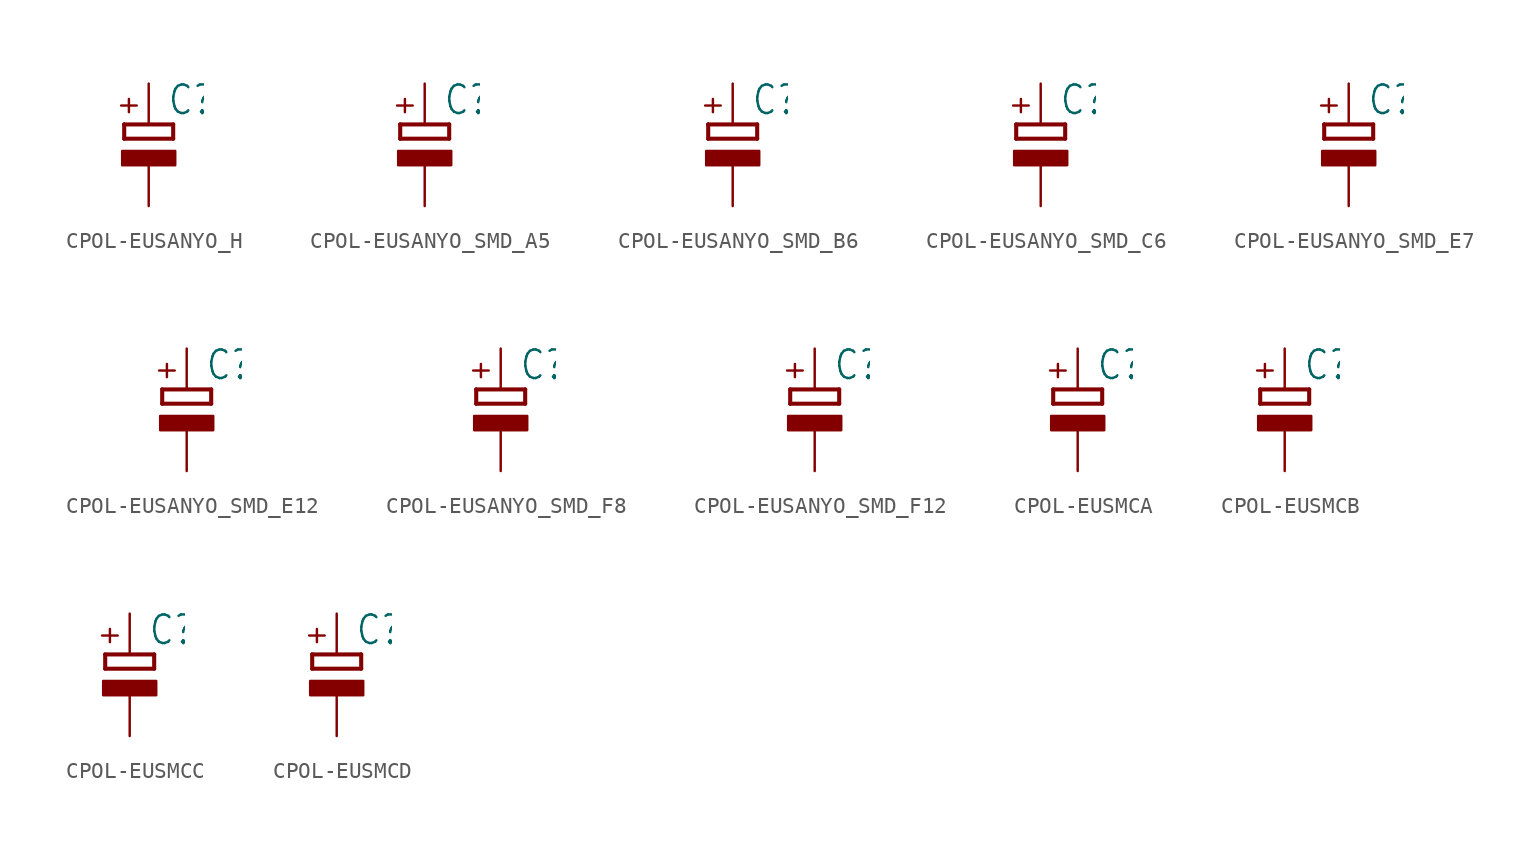
<source format=kicad_sym>
(kicad_symbol_lib
  (version 20241209)
  (generator "kicad_symbol_editor")
  (generator_version "9.0")
  (symbol "CPOL-EUSANYO_H"
    (property "Reference" "C"
      (at 1.143 0.483 0)
      (effects (font (size 1.778 1.511)) (justify left bottom)))
    (property "Value" ""
      (at 1.143 -4.597 0)
      (effects (font (size 1.778 1.511)) (justify left bottom)))
    (property "ki_locked" ""
      (at 0 0 0)
      (effects (font (size 1.27 1.27))))
    (symbol "CPOL-EUSANYO_H_1_0"
      (rectangle (start -1.651 -2.54) (end 1.651 -1.651) (stroke (width 0) (type default)) (fill (type outline)))
      (polyline (pts (xy -1.524 0) (xy -1.524 -0.889)) (stroke (width 0.254) (type solid)) (fill (type none)))
      (polyline (pts (xy -1.524 0) (xy 1.524 0)) (stroke (width 0.254) (type solid)) (fill (type none)))
      (polyline (pts (xy -1.524 -0.889) (xy 1.524 -0.889)) (stroke (width 0.254) (type solid)) (fill (type none)))
      (polyline (pts (xy 1.524 -0.889) (xy 1.524 0)) (stroke (width 0.254) (type solid)) (fill (type none)))
      (text "+" (at -0.584 0.406 900) (effects (font (size 1.27 1.079)) (justify left bottom)))
      (pin passive line (at 0 2.54 270) (length 2.54) (name "+" (effects (font (size 0 0)))) (number "+" (effects (font (size 0 0)))))
      (pin passive line (at 0 -5.08 90) (length 2.54) (name "-" (effects (font (size 0 0)))) (number "-" (effects (font (size 0 0)))))))
  (symbol "CPOL-EUSANYO_SMD_A5"
    (property "Reference" "C"
      (at 1.143 0.483 0)
      (effects (font (size 1.778 1.511)) (justify left bottom)))
    (property "Value" ""
      (at 1.143 -4.597 0)
      (effects (font (size 1.778 1.511)) (justify left bottom)))
    (property "ki_locked" ""
      (at 0 0 0)
      (effects (font (size 1.27 1.27))))
    (symbol "CPOL-EUSANYO_SMD_A5_1_0"
      (rectangle (start -1.651 -2.54) (end 1.651 -1.651) (stroke (width 0) (type default)) (fill (type outline)))
      (polyline (pts (xy -1.524 0) (xy -1.524 -0.889)) (stroke (width 0.254) (type solid)) (fill (type none)))
      (polyline (pts (xy -1.524 0) (xy 1.524 0)) (stroke (width 0.254) (type solid)) (fill (type none)))
      (polyline (pts (xy -1.524 -0.889) (xy 1.524 -0.889)) (stroke (width 0.254) (type solid)) (fill (type none)))
      (polyline (pts (xy 1.524 -0.889) (xy 1.524 0)) (stroke (width 0.254) (type solid)) (fill (type none)))
      (text "+" (at -0.584 0.406 900) (effects (font (size 1.27 1.079)) (justify left bottom)))
      (pin passive line (at 0 2.54 270) (length 2.54) (name "+" (effects (font (size 0 0)))) (number "+" (effects (font (size 0 0)))))
      (pin passive line (at 0 -5.08 90) (length 2.54) (name "-" (effects (font (size 0 0)))) (number "-" (effects (font (size 0 0)))))))
  (symbol "CPOL-EUSANYO_SMD_B6"
    (property "Reference" "C"
      (at 1.143 0.483 0)
      (effects (font (size 1.778 1.511)) (justify left bottom)))
    (property "Value" ""
      (at 1.143 -4.597 0)
      (effects (font (size 1.778 1.511)) (justify left bottom)))
    (property "ki_locked" ""
      (at 0 0 0)
      (effects (font (size 1.27 1.27))))
    (symbol "CPOL-EUSANYO_SMD_B6_1_0"
      (rectangle (start -1.651 -2.54) (end 1.651 -1.651) (stroke (width 0) (type default)) (fill (type outline)))
      (polyline (pts (xy -1.524 0) (xy -1.524 -0.889)) (stroke (width 0.254) (type solid)) (fill (type none)))
      (polyline (pts (xy -1.524 0) (xy 1.524 0)) (stroke (width 0.254) (type solid)) (fill (type none)))
      (polyline (pts (xy -1.524 -0.889) (xy 1.524 -0.889)) (stroke (width 0.254) (type solid)) (fill (type none)))
      (polyline (pts (xy 1.524 -0.889) (xy 1.524 0)) (stroke (width 0.254) (type solid)) (fill (type none)))
      (text "+" (at -0.584 0.406 900) (effects (font (size 1.27 1.079)) (justify left bottom)))
      (pin passive line (at 0 2.54 270) (length 2.54) (name "+" (effects (font (size 0 0)))) (number "+" (effects (font (size 0 0)))))
      (pin passive line (at 0 -5.08 90) (length 2.54) (name "-" (effects (font (size 0 0)))) (number "-" (effects (font (size 0 0)))))))
  (symbol "CPOL-EUSANYO_SMD_C6"
    (property "Reference" "C"
      (at 1.143 0.483 0)
      (effects (font (size 1.778 1.511)) (justify left bottom)))
    (property "Value" ""
      (at 1.143 -4.597 0)
      (effects (font (size 1.778 1.511)) (justify left bottom)))
    (property "ki_locked" ""
      (at 0 0 0)
      (effects (font (size 1.27 1.27))))
    (symbol "CPOL-EUSANYO_SMD_C6_1_0"
      (rectangle (start -1.651 -2.54) (end 1.651 -1.651) (stroke (width 0) (type default)) (fill (type outline)))
      (polyline (pts (xy -1.524 0) (xy -1.524 -0.889)) (stroke (width 0.254) (type solid)) (fill (type none)))
      (polyline (pts (xy -1.524 0) (xy 1.524 0)) (stroke (width 0.254) (type solid)) (fill (type none)))
      (polyline (pts (xy -1.524 -0.889) (xy 1.524 -0.889)) (stroke (width 0.254) (type solid)) (fill (type none)))
      (polyline (pts (xy 1.524 -0.889) (xy 1.524 0)) (stroke (width 0.254) (type solid)) (fill (type none)))
      (text "+" (at -0.584 0.406 900) (effects (font (size 1.27 1.079)) (justify left bottom)))
      (pin passive line (at 0 2.54 270) (length 2.54) (name "+" (effects (font (size 0 0)))) (number "+" (effects (font (size 0 0)))))
      (pin passive line (at 0 -5.08 90) (length 2.54) (name "-" (effects (font (size 0 0)))) (number "-" (effects (font (size 0 0)))))))
  (symbol "CPOL-EUSANYO_SMD_E7"
    (property "Reference" "C"
      (at 1.143 0.483 0)
      (effects (font (size 1.778 1.511)) (justify left bottom)))
    (property "Value" ""
      (at 1.143 -4.597 0)
      (effects (font (size 1.778 1.511)) (justify left bottom)))
    (property "ki_locked" ""
      (at 0 0 0)
      (effects (font (size 1.27 1.27))))
    (symbol "CPOL-EUSANYO_SMD_E7_1_0"
      (rectangle (start -1.651 -2.54) (end 1.651 -1.651) (stroke (width 0) (type default)) (fill (type outline)))
      (polyline (pts (xy -1.524 0) (xy -1.524 -0.889)) (stroke (width 0.254) (type solid)) (fill (type none)))
      (polyline (pts (xy -1.524 0) (xy 1.524 0)) (stroke (width 0.254) (type solid)) (fill (type none)))
      (polyline (pts (xy -1.524 -0.889) (xy 1.524 -0.889)) (stroke (width 0.254) (type solid)) (fill (type none)))
      (polyline (pts (xy 1.524 -0.889) (xy 1.524 0)) (stroke (width 0.254) (type solid)) (fill (type none)))
      (text "+" (at -0.584 0.406 900) (effects (font (size 1.27 1.079)) (justify left bottom)))
      (pin passive line (at 0 2.54 270) (length 2.54) (name "+" (effects (font (size 0 0)))) (number "+" (effects (font (size 0 0)))))
      (pin passive line (at 0 -5.08 90) (length 2.54) (name "-" (effects (font (size 0 0)))) (number "-" (effects (font (size 0 0)))))))
  (symbol "CPOL-EUSANYO_SMD_E12"
    (property "Reference" "C"
      (at 1.143 0.483 0)
      (effects (font (size 1.778 1.511)) (justify left bottom)))
    (property "Value" ""
      (at 1.143 -4.597 0)
      (effects (font (size 1.778 1.511)) (justify left bottom)))
    (property "ki_locked" ""
      (at 0 0 0)
      (effects (font (size 1.27 1.27))))
    (symbol "CPOL-EUSANYO_SMD_E12_1_0"
      (rectangle (start -1.651 -2.54) (end 1.651 -1.651) (stroke (width 0) (type default)) (fill (type outline)))
      (polyline (pts (xy -1.524 0) (xy -1.524 -0.889)) (stroke (width 0.254) (type solid)) (fill (type none)))
      (polyline (pts (xy -1.524 0) (xy 1.524 0)) (stroke (width 0.254) (type solid)) (fill (type none)))
      (polyline (pts (xy -1.524 -0.889) (xy 1.524 -0.889)) (stroke (width 0.254) (type solid)) (fill (type none)))
      (polyline (pts (xy 1.524 -0.889) (xy 1.524 0)) (stroke (width 0.254) (type solid)) (fill (type none)))
      (text "+" (at -0.584 0.406 900) (effects (font (size 1.27 1.079)) (justify left bottom)))
      (pin passive line (at 0 2.54 270) (length 2.54) (name "+" (effects (font (size 0 0)))) (number "+" (effects (font (size 0 0)))))
      (pin passive line (at 0 -5.08 90) (length 2.54) (name "-" (effects (font (size 0 0)))) (number "-" (effects (font (size 0 0)))))))
  (symbol "CPOL-EUSANYO_SMD_F8"
    (property "Reference" "C"
      (at 1.143 0.483 0)
      (effects (font (size 1.778 1.511)) (justify left bottom)))
    (property "Value" ""
      (at 1.143 -4.597 0)
      (effects (font (size 1.778 1.511)) (justify left bottom)))
    (property "ki_locked" ""
      (at 0 0 0)
      (effects (font (size 1.27 1.27))))
    (symbol "CPOL-EUSANYO_SMD_F8_1_0"
      (rectangle (start -1.651 -2.54) (end 1.651 -1.651) (stroke (width 0) (type default)) (fill (type outline)))
      (polyline (pts (xy -1.524 0) (xy -1.524 -0.889)) (stroke (width 0.254) (type solid)) (fill (type none)))
      (polyline (pts (xy -1.524 0) (xy 1.524 0)) (stroke (width 0.254) (type solid)) (fill (type none)))
      (polyline (pts (xy -1.524 -0.889) (xy 1.524 -0.889)) (stroke (width 0.254) (type solid)) (fill (type none)))
      (polyline (pts (xy 1.524 -0.889) (xy 1.524 0)) (stroke (width 0.254) (type solid)) (fill (type none)))
      (text "+" (at -0.584 0.406 900) (effects (font (size 1.27 1.079)) (justify left bottom)))
      (pin passive line (at 0 2.54 270) (length 2.54) (name "+" (effects (font (size 0 0)))) (number "+" (effects (font (size 0 0)))))
      (pin passive line (at 0 -5.08 90) (length 2.54) (name "-" (effects (font (size 0 0)))) (number "-" (effects (font (size 0 0)))))))
  (symbol "CPOL-EUSANYO_SMD_F12"
    (property "Reference" "C"
      (at 1.143 0.483 0)
      (effects (font (size 1.778 1.511)) (justify left bottom)))
    (property "Value" ""
      (at 1.143 -4.597 0)
      (effects (font (size 1.778 1.511)) (justify left bottom)))
    (property "ki_locked" ""
      (at 0 0 0)
      (effects (font (size 1.27 1.27))))
    (symbol "CPOL-EUSANYO_SMD_F12_1_0"
      (rectangle (start -1.651 -2.54) (end 1.651 -1.651) (stroke (width 0) (type default)) (fill (type outline)))
      (polyline (pts (xy -1.524 0) (xy -1.524 -0.889)) (stroke (width 0.254) (type solid)) (fill (type none)))
      (polyline (pts (xy -1.524 0) (xy 1.524 0)) (stroke (width 0.254) (type solid)) (fill (type none)))
      (polyline (pts (xy -1.524 -0.889) (xy 1.524 -0.889)) (stroke (width 0.254) (type solid)) (fill (type none)))
      (polyline (pts (xy 1.524 -0.889) (xy 1.524 0)) (stroke (width 0.254) (type solid)) (fill (type none)))
      (text "+" (at -0.584 0.406 900) (effects (font (size 1.27 1.079)) (justify left bottom)))
      (pin passive line (at 0 2.54 270) (length 2.54) (name "+" (effects (font (size 0 0)))) (number "+" (effects (font (size 0 0)))))
      (pin passive line (at 0 -5.08 90) (length 2.54) (name "-" (effects (font (size 0 0)))) (number "-" (effects (font (size 0 0)))))))
  (symbol "CPOL-EUSMCA"
    (property "Reference" "C"
      (at 1.143 0.483 0)
      (effects (font (size 1.778 1.511)) (justify left bottom)))
    (property "Value" ""
      (at 1.143 -4.597 0)
      (effects (font (size 1.778 1.511)) (justify left bottom)))
    (property "ki_locked" ""
      (at 0 0 0)
      (effects (font (size 1.27 1.27))))
    (symbol "CPOL-EUSMCA_1_0"
      (rectangle (start -1.651 -2.54) (end 1.651 -1.651) (stroke (width 0) (type default)) (fill (type outline)))
      (polyline (pts (xy -1.524 0) (xy -1.524 -0.889)) (stroke (width 0.254) (type solid)) (fill (type none)))
      (polyline (pts (xy -1.524 0) (xy 1.524 0)) (stroke (width 0.254) (type solid)) (fill (type none)))
      (polyline (pts (xy -1.524 -0.889) (xy 1.524 -0.889)) (stroke (width 0.254) (type solid)) (fill (type none)))
      (polyline (pts (xy 1.524 -0.889) (xy 1.524 0)) (stroke (width 0.254) (type solid)) (fill (type none)))
      (text "+" (at -0.584 0.406 900) (effects (font (size 1.27 1.079)) (justify left bottom)))
      (pin passive line (at 0 2.54 270) (length 2.54) (name "+" (effects (font (size 0 0)))) (number "+" (effects (font (size 0 0)))))
      (pin passive line (at 0 -5.08 90) (length 2.54) (name "-" (effects (font (size 0 0)))) (number "-" (effects (font (size 0 0)))))))
  (symbol "CPOL-EUSMCB"
    (property "Reference" "C"
      (at 1.143 0.483 0)
      (effects (font (size 1.778 1.511)) (justify left bottom)))
    (property "Value" ""
      (at 1.143 -4.597 0)
      (effects (font (size 1.778 1.511)) (justify left bottom)))
    (property "ki_locked" ""
      (at 0 0 0)
      (effects (font (size 1.27 1.27))))
    (symbol "CPOL-EUSMCB_1_0"
      (rectangle (start -1.651 -2.54) (end 1.651 -1.651) (stroke (width 0) (type default)) (fill (type outline)))
      (polyline (pts (xy -1.524 0) (xy -1.524 -0.889)) (stroke (width 0.254) (type solid)) (fill (type none)))
      (polyline (pts (xy -1.524 0) (xy 1.524 0)) (stroke (width 0.254) (type solid)) (fill (type none)))
      (polyline (pts (xy -1.524 -0.889) (xy 1.524 -0.889)) (stroke (width 0.254) (type solid)) (fill (type none)))
      (polyline (pts (xy 1.524 -0.889) (xy 1.524 0)) (stroke (width 0.254) (type solid)) (fill (type none)))
      (text "+" (at -0.584 0.406 900) (effects (font (size 1.27 1.079)) (justify left bottom)))
      (pin passive line (at 0 2.54 270) (length 2.54) (name "+" (effects (font (size 0 0)))) (number "+" (effects (font (size 0 0)))))
      (pin passive line (at 0 -5.08 90) (length 2.54) (name "-" (effects (font (size 0 0)))) (number "-" (effects (font (size 0 0)))))))
  (symbol "CPOL-EUSMCC"
    (property "Reference" "C"
      (at 1.143 0.483 0)
      (effects (font (size 1.778 1.511)) (justify left bottom)))
    (property "Value" ""
      (at 1.143 -4.597 0)
      (effects (font (size 1.778 1.511)) (justify left bottom)))
    (property "ki_locked" ""
      (at 0 0 0)
      (effects (font (size 1.27 1.27))))
    (symbol "CPOL-EUSMCC_1_0"
      (rectangle (start -1.651 -2.54) (end 1.651 -1.651) (stroke (width 0) (type default)) (fill (type outline)))
      (polyline (pts (xy -1.524 0) (xy -1.524 -0.889)) (stroke (width 0.254) (type solid)) (fill (type none)))
      (polyline (pts (xy -1.524 0) (xy 1.524 0)) (stroke (width 0.254) (type solid)) (fill (type none)))
      (polyline (pts (xy -1.524 -0.889) (xy 1.524 -0.889)) (stroke (width 0.254) (type solid)) (fill (type none)))
      (polyline (pts (xy 1.524 -0.889) (xy 1.524 0)) (stroke (width 0.254) (type solid)) (fill (type none)))
      (text "+" (at -0.584 0.406 900) (effects (font (size 1.27 1.079)) (justify left bottom)))
      (pin passive line (at 0 2.54 270) (length 2.54) (name "+" (effects (font (size 0 0)))) (number "+" (effects (font (size 0 0)))))
      (pin passive line (at 0 -5.08 90) (length 2.54) (name "-" (effects (font (size 0 0)))) (number "-" (effects (font (size 0 0)))))))
  (symbol "CPOL-EUSMCD"
    (property "Reference" "C"
      (at 1.143 0.483 0)
      (effects (font (size 1.778 1.511)) (justify left bottom)))
    (property "Value" ""
      (at 1.143 -4.597 0)
      (effects (font (size 1.778 1.511)) (justify left bottom)))
    (property "ki_locked" ""
      (at 0 0 0)
      (effects (font (size 1.27 1.27))))
    (symbol "CPOL-EUSMCD_1_0"
      (rectangle (start -1.651 -2.54) (end 1.651 -1.651) (stroke (width 0) (type default)) (fill (type outline)))
      (polyline (pts (xy -1.524 0) (xy -1.524 -0.889)) (stroke (width 0.254) (type solid)) (fill (type none)))
      (polyline (pts (xy -1.524 0) (xy 1.524 0)) (stroke (width 0.254) (type solid)) (fill (type none)))
      (polyline (pts (xy -1.524 -0.889) (xy 1.524 -0.889)) (stroke (width 0.254) (type solid)) (fill (type none)))
      (polyline (pts (xy 1.524 -0.889) (xy 1.524 0)) (stroke (width 0.254) (type solid)) (fill (type none)))
      (text "+" (at -0.584 0.406 900) (effects (font (size 1.27 1.079)) (justify left bottom)))
      (pin passive line (at 0 2.54 270) (length 2.54) (name "+" (effects (font (size 0 0)))) (number "+" (effects (font (size 0 0)))))
      (pin passive line (at 0 -5.08 90) (length 2.54) (name "-" (effects (font (size 0 0)))) (number "-" (effects (font (size 0 0))))))))
</source>
